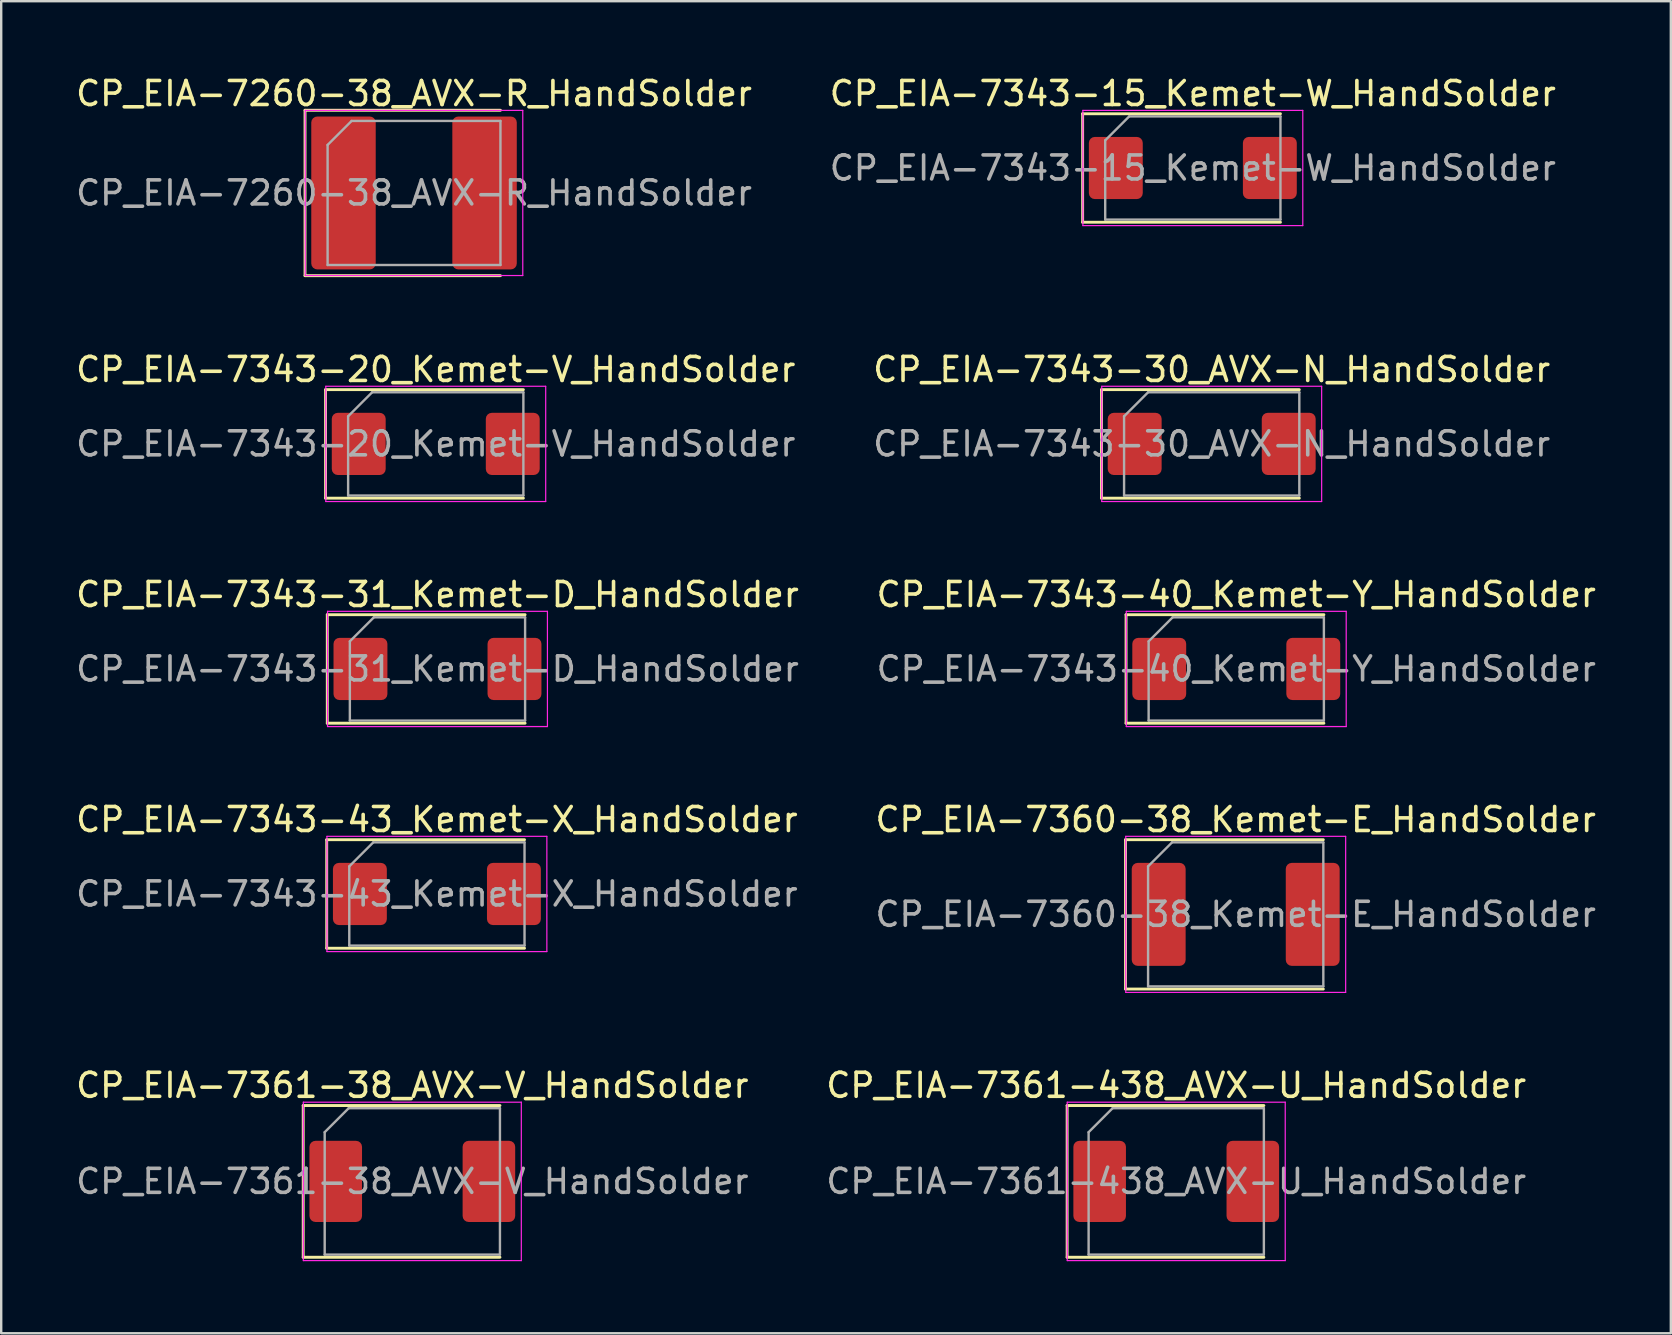
<source format=kicad_pcb>
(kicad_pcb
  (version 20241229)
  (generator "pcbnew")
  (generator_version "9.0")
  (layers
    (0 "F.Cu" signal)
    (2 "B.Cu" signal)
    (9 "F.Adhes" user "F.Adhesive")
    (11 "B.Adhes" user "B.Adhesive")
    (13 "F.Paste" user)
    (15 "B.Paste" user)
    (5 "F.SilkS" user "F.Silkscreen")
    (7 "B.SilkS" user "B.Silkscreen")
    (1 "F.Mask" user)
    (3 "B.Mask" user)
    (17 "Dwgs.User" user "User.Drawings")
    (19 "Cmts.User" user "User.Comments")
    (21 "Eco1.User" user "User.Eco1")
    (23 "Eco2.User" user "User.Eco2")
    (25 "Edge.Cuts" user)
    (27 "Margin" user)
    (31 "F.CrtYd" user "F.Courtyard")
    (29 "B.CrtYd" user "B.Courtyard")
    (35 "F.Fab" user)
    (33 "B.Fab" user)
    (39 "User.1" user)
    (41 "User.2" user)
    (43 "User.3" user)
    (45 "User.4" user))
  (footprint "CP_EIA-7343-40_Kemet-Y_HandSolder"
    (layer "F.Cu")
    (at 48.446 24.815)
    (property "Reference" "CP_EIA-7343-40_Kemet-Y_HandSolder" (at 0 -3.1 0) (layer "F.SilkS") (effects (font (size 1 1) (thickness 0.15))))
    (attr smd)
    (fp_line (start -4.59 -2.26) (end -4.59 2.26) (stroke (width 0.12) (type solid)) (layer "F.SilkS"))
    (fp_line (start -4.59 2.26) (end 3.65 2.26) (stroke (width 0.12) (type solid)) (layer "F.SilkS"))
    (fp_line (start 3.65 -2.26) (end -4.59 -2.26) (stroke (width 0.12) (type solid)) (layer "F.SilkS"))
    (fp_line (start -4.58 -2.4) (end 4.58 -2.4) (stroke (width 0.05) (type solid)) (layer "F.CrtYd"))
    (fp_line (start -4.58 2.4) (end -4.58 -2.4) (stroke (width 0.05) (type solid)) (layer "F.CrtYd"))
    (fp_line (start 4.58 -2.4) (end 4.58 2.4) (stroke (width 0.05) (type solid)) (layer "F.CrtYd"))
    (fp_line (start 4.58 2.4) (end -4.58 2.4) (stroke (width 0.05) (type solid)) (layer "F.CrtYd"))
    (fp_line (start -3.65 -1.15) (end -3.65 2.15) (stroke (width 0.1) (type solid)) (layer "F.Fab"))
    (fp_line (start -3.65 2.15) (end 3.65 2.15) (stroke (width 0.1) (type solid)) (layer "F.Fab"))
    (fp_line (start -2.65 -2.15) (end -3.65 -1.15) (stroke (width 0.1) (type solid)) (layer "F.Fab"))
    (fp_line (start 3.65 -2.15) (end -2.65 -2.15) (stroke (width 0.1) (type solid)) (layer "F.Fab"))
    (fp_line (start 3.65 2.15) (end 3.65 -2.15) (stroke (width 0.1) (type solid)) (layer "F.Fab"))
    (fp_text user "${REFERENCE}" (at 0 0 0) (layer "F.Fab") (effects (font (size 1 1) (thickness 0.15))))
    (pad "1" smd roundrect (at -3.208 0) (size 2.245 2.59) (layers "F.Cu" "F.Mask" "F.Paste") (roundrect_rratio 0.111))
    (pad "2" smd roundrect (at 3.208 0) (size 2.245 2.59) (layers "F.Cu" "F.Mask" "F.Paste") (roundrect_rratio 0.111)))
  (footprint "CP_EIA-7343-31_Kemet-D_HandSolder"
    (layer "F.Cu")
    (at 15.173 24.815)
    (property "Reference" "CP_EIA-7343-31_Kemet-D_HandSolder" (at 0 -3.1 0) (layer "F.SilkS") (effects (font (size 1 1) (thickness 0.15))))
    (attr smd)
    (fp_line (start -4.59 -2.26) (end -4.59 2.26) (stroke (width 0.12) (type solid)) (layer "F.SilkS"))
    (fp_line (start -4.59 2.26) (end 3.65 2.26) (stroke (width 0.12) (type solid)) (layer "F.SilkS"))
    (fp_line (start 3.65 -2.26) (end -4.59 -2.26) (stroke (width 0.12) (type solid)) (layer "F.SilkS"))
    (fp_line (start -4.58 -2.4) (end 4.58 -2.4) (stroke (width 0.05) (type solid)) (layer "F.CrtYd"))
    (fp_line (start -4.58 2.4) (end -4.58 -2.4) (stroke (width 0.05) (type solid)) (layer "F.CrtYd"))
    (fp_line (start 4.58 -2.4) (end 4.58 2.4) (stroke (width 0.05) (type solid)) (layer "F.CrtYd"))
    (fp_line (start 4.58 2.4) (end -4.58 2.4) (stroke (width 0.05) (type solid)) (layer "F.CrtYd"))
    (fp_line (start -3.65 -1.15) (end -3.65 2.15) (stroke (width 0.1) (type solid)) (layer "F.Fab"))
    (fp_line (start -3.65 2.15) (end 3.65 2.15) (stroke (width 0.1) (type solid)) (layer "F.Fab"))
    (fp_line (start -2.65 -2.15) (end -3.65 -1.15) (stroke (width 0.1) (type solid)) (layer "F.Fab"))
    (fp_line (start 3.65 -2.15) (end -2.65 -2.15) (stroke (width 0.1) (type solid)) (layer "F.Fab"))
    (fp_line (start 3.65 2.15) (end 3.65 -2.15) (stroke (width 0.1) (type solid)) (layer "F.Fab"))
    (fp_text user "${REFERENCE}" (at 0 0 0) (layer "F.Fab") (effects (font (size 1 1) (thickness 0.15))))
    (pad "1" smd roundrect (at -3.208 0) (size 2.245 2.59) (layers "F.Cu" "F.Mask" "F.Paste") (roundrect_rratio 0.111))
    (pad "2" smd roundrect (at 3.208 0) (size 2.245 2.59) (layers "F.Cu" "F.Mask" "F.Paste") (roundrect_rratio 0.111)))
  (footprint "CP_EIA-7343-15_Kemet-W_HandSolder"
    (layer "F.Cu")
    (at 46.637 3.948)
    (property "Reference" "CP_EIA-7343-15_Kemet-W_HandSolder" (at 0 -3.1 0) (layer "F.SilkS") (effects (font (size 1 1) (thickness 0.15))))
    (attr smd)
    (fp_line (start -4.59 -2.26) (end -4.59 2.26) (stroke (width 0.12) (type solid)) (layer "F.SilkS"))
    (fp_line (start -4.59 2.26) (end 3.65 2.26) (stroke (width 0.12) (type solid)) (layer "F.SilkS"))
    (fp_line (start 3.65 -2.26) (end -4.59 -2.26) (stroke (width 0.12) (type solid)) (layer "F.SilkS"))
    (fp_line (start -4.58 -2.4) (end 4.58 -2.4) (stroke (width 0.05) (type solid)) (layer "F.CrtYd"))
    (fp_line (start -4.58 2.4) (end -4.58 -2.4) (stroke (width 0.05) (type solid)) (layer "F.CrtYd"))
    (fp_line (start 4.58 -2.4) (end 4.58 2.4) (stroke (width 0.05) (type solid)) (layer "F.CrtYd"))
    (fp_line (start 4.58 2.4) (end -4.58 2.4) (stroke (width 0.05) (type solid)) (layer "F.CrtYd"))
    (fp_line (start -3.65 -1.15) (end -3.65 2.15) (stroke (width 0.1) (type solid)) (layer "F.Fab"))
    (fp_line (start -3.65 2.15) (end 3.65 2.15) (stroke (width 0.1) (type solid)) (layer "F.Fab"))
    (fp_line (start -2.65 -2.15) (end -3.65 -1.15) (stroke (width 0.1) (type solid)) (layer "F.Fab"))
    (fp_line (start 3.65 -2.15) (end -2.65 -2.15) (stroke (width 0.1) (type solid)) (layer "F.Fab"))
    (fp_line (start 3.65 2.15) (end 3.65 -2.15) (stroke (width 0.1) (type solid)) (layer "F.Fab"))
    (fp_text user "${REFERENCE}" (at 0 0 0) (layer "F.Fab") (effects (font (size 1 1) (thickness 0.15))))
    (pad "1" smd roundrect (at -3.208 0) (size 2.245 2.59) (layers "F.Cu" "F.Mask" "F.Paste") (roundrect_rratio 0.111))
    (pad "2" smd roundrect (at 3.208 0) (size 2.245 2.59) (layers "F.Cu" "F.Mask" "F.Paste") (roundrect_rratio 0.111)))
  (footprint "CP_EIA-7361-38_AVX-V_HandSolder"
    (layer "F.Cu")
    (at 14.125 46.161)
    (property "Reference" "CP_EIA-7361-38_AVX-V_HandSolder" (at 0 -4 0) (layer "F.SilkS") (effects (font (size 1 1) (thickness 0.15))))
    (attr smd)
    (fp_line (start -4.545 -3.16) (end -4.545 3.16) (stroke (width 0.12) (type solid)) (layer "F.SilkS"))
    (fp_line (start -4.545 3.16) (end 3.65 3.16) (stroke (width 0.12) (type solid)) (layer "F.SilkS"))
    (fp_line (start 3.65 -3.16) (end -4.545 -3.16) (stroke (width 0.12) (type solid)) (layer "F.SilkS"))
    (fp_line (start -4.54 -3.3) (end 4.54 -3.3) (stroke (width 0.05) (type solid)) (layer "F.CrtYd"))
    (fp_line (start -4.54 3.3) (end -4.54 -3.3) (stroke (width 0.05) (type solid)) (layer "F.CrtYd"))
    (fp_line (start 4.54 -3.3) (end 4.54 3.3) (stroke (width 0.05) (type solid)) (layer "F.CrtYd"))
    (fp_line (start 4.54 3.3) (end -4.54 3.3) (stroke (width 0.05) (type solid)) (layer "F.CrtYd"))
    (fp_line (start -3.65 -2.05) (end -3.65 3.05) (stroke (width 0.1) (type solid)) (layer "F.Fab"))
    (fp_line (start -3.65 3.05) (end 3.65 3.05) (stroke (width 0.1) (type solid)) (layer "F.Fab"))
    (fp_line (start -2.65 -3.05) (end -3.65 -2.05) (stroke (width 0.1) (type solid)) (layer "F.Fab"))
    (fp_line (start 3.65 -3.05) (end -2.65 -3.05) (stroke (width 0.1) (type solid)) (layer "F.Fab"))
    (fp_line (start 3.65 3.05) (end 3.65 -3.05) (stroke (width 0.1) (type solid)) (layer "F.Fab"))
    (fp_text user "${REFERENCE}" (at 0 0 0) (layer "F.Fab") (effects (font (size 1 1) (thickness 0.15))))
    (pad "1" smd roundrect (at -3.19 0) (size 2.19 3.38) (layers "F.Cu" "F.Mask" "F.Paste") (roundrect_rratio 0.114))
    (pad "2" smd roundrect (at 3.19 0) (size 2.19 3.38) (layers "F.Cu" "F.Mask" "F.Paste") (roundrect_rratio 0.114)))
  (footprint "CP_EIA-7343-30_AVX-N_HandSolder"
    (layer "F.Cu")
    (at 47.423 15.441)
    (property "Reference" "CP_EIA-7343-30_AVX-N_HandSolder" (at 0 -3.1 0) (layer "F.SilkS") (effects (font (size 1 1) (thickness 0.15))))
    (attr smd)
    (fp_line (start -4.59 -2.26) (end -4.59 2.26) (stroke (width 0.12) (type solid)) (layer "F.SilkS"))
    (fp_line (start -4.59 2.26) (end 3.65 2.26) (stroke (width 0.12) (type solid)) (layer "F.SilkS"))
    (fp_line (start 3.65 -2.26) (end -4.59 -2.26) (stroke (width 0.12) (type solid)) (layer "F.SilkS"))
    (fp_line (start -4.58 -2.4) (end 4.58 -2.4) (stroke (width 0.05) (type solid)) (layer "F.CrtYd"))
    (fp_line (start -4.58 2.4) (end -4.58 -2.4) (stroke (width 0.05) (type solid)) (layer "F.CrtYd"))
    (fp_line (start 4.58 -2.4) (end 4.58 2.4) (stroke (width 0.05) (type solid)) (layer "F.CrtYd"))
    (fp_line (start 4.58 2.4) (end -4.58 2.4) (stroke (width 0.05) (type solid)) (layer "F.CrtYd"))
    (fp_line (start -3.65 -1.15) (end -3.65 2.15) (stroke (width 0.1) (type solid)) (layer "F.Fab"))
    (fp_line (start -3.65 2.15) (end 3.65 2.15) (stroke (width 0.1) (type solid)) (layer "F.Fab"))
    (fp_line (start -2.65 -2.15) (end -3.65 -1.15) (stroke (width 0.1) (type solid)) (layer "F.Fab"))
    (fp_line (start 3.65 -2.15) (end -2.65 -2.15) (stroke (width 0.1) (type solid)) (layer "F.Fab"))
    (fp_line (start 3.65 2.15) (end 3.65 -2.15) (stroke (width 0.1) (type solid)) (layer "F.Fab"))
    (fp_text user "${REFERENCE}" (at 0 0 0) (layer "F.Fab") (effects (font (size 1 1) (thickness 0.15))))
    (pad "1" smd roundrect (at -3.208 0) (size 2.245 2.59) (layers "F.Cu" "F.Mask" "F.Paste") (roundrect_rratio 0.111))
    (pad "2" smd roundrect (at 3.208 0) (size 2.245 2.59) (layers "F.Cu" "F.Mask" "F.Paste") (roundrect_rratio 0.111)))
  (footprint "CP_EIA-7343-20_Kemet-V_HandSolder"
    (layer "F.Cu")
    (at 15.101 15.441)
    (property "Reference" "CP_EIA-7343-20_Kemet-V_HandSolder" (at 0 -3.1 0) (layer "F.SilkS") (effects (font (size 1 1) (thickness 0.15))))
    (attr smd)
    (fp_line (start -4.59 -2.26) (end -4.59 2.26) (stroke (width 0.12) (type solid)) (layer "F.SilkS"))
    (fp_line (start -4.59 2.26) (end 3.65 2.26) (stroke (width 0.12) (type solid)) (layer "F.SilkS"))
    (fp_line (start 3.65 -2.26) (end -4.59 -2.26) (stroke (width 0.12) (type solid)) (layer "F.SilkS"))
    (fp_line (start -4.58 -2.4) (end 4.58 -2.4) (stroke (width 0.05) (type solid)) (layer "F.CrtYd"))
    (fp_line (start -4.58 2.4) (end -4.58 -2.4) (stroke (width 0.05) (type solid)) (layer "F.CrtYd"))
    (fp_line (start 4.58 -2.4) (end 4.58 2.4) (stroke (width 0.05) (type solid)) (layer "F.CrtYd"))
    (fp_line (start 4.58 2.4) (end -4.58 2.4) (stroke (width 0.05) (type solid)) (layer "F.CrtYd"))
    (fp_line (start -3.65 -1.15) (end -3.65 2.15) (stroke (width 0.1) (type solid)) (layer "F.Fab"))
    (fp_line (start -3.65 2.15) (end 3.65 2.15) (stroke (width 0.1) (type solid)) (layer "F.Fab"))
    (fp_line (start -2.65 -2.15) (end -3.65 -1.15) (stroke (width 0.1) (type solid)) (layer "F.Fab"))
    (fp_line (start 3.65 -2.15) (end -2.65 -2.15) (stroke (width 0.1) (type solid)) (layer "F.Fab"))
    (fp_line (start 3.65 2.15) (end 3.65 -2.15) (stroke (width 0.1) (type solid)) (layer "F.Fab"))
    (fp_text user "${REFERENCE}" (at 0 0 0) (layer "F.Fab") (effects (font (size 1 1) (thickness 0.15))))
    (pad "1" smd roundrect (at -3.208 0) (size 2.245 2.59) (layers "F.Cu" "F.Mask" "F.Paste") (roundrect_rratio 0.111))
    (pad "2" smd roundrect (at 3.208 0) (size 2.245 2.59) (layers "F.Cu" "F.Mask" "F.Paste") (roundrect_rratio 0.111)))
  (footprint "CP_EIA-7343-43_Kemet-X_HandSolder"
    (layer "F.Cu")
    (at 15.149 34.188)
    (property "Reference" "CP_EIA-7343-43_Kemet-X_HandSolder" (at 0 -3.1 0) (layer "F.SilkS") (effects (font (size 1 1) (thickness 0.15))))
    (attr smd)
    (fp_line (start -4.59 -2.26) (end -4.59 2.26) (stroke (width 0.12) (type solid)) (layer "F.SilkS"))
    (fp_line (start -4.59 2.26) (end 3.65 2.26) (stroke (width 0.12) (type solid)) (layer "F.SilkS"))
    (fp_line (start 3.65 -2.26) (end -4.59 -2.26) (stroke (width 0.12) (type solid)) (layer "F.SilkS"))
    (fp_line (start -4.58 -2.4) (end 4.58 -2.4) (stroke (width 0.05) (type solid)) (layer "F.CrtYd"))
    (fp_line (start -4.58 2.4) (end -4.58 -2.4) (stroke (width 0.05) (type solid)) (layer "F.CrtYd"))
    (fp_line (start 4.58 -2.4) (end 4.58 2.4) (stroke (width 0.05) (type solid)) (layer "F.CrtYd"))
    (fp_line (start 4.58 2.4) (end -4.58 2.4) (stroke (width 0.05) (type solid)) (layer "F.CrtYd"))
    (fp_line (start -3.65 -1.15) (end -3.65 2.15) (stroke (width 0.1) (type solid)) (layer "F.Fab"))
    (fp_line (start -3.65 2.15) (end 3.65 2.15) (stroke (width 0.1) (type solid)) (layer "F.Fab"))
    (fp_line (start -2.65 -2.15) (end -3.65 -1.15) (stroke (width 0.1) (type solid)) (layer "F.Fab"))
    (fp_line (start 3.65 -2.15) (end -2.65 -2.15) (stroke (width 0.1) (type solid)) (layer "F.Fab"))
    (fp_line (start 3.65 2.15) (end 3.65 -2.15) (stroke (width 0.1) (type solid)) (layer "F.Fab"))
    (fp_text user "${REFERENCE}" (at 0 0 0) (layer "F.Fab") (effects (font (size 1 1) (thickness 0.15))))
    (pad "1" smd roundrect (at -3.208 0) (size 2.245 2.59) (layers "F.Cu" "F.Mask" "F.Paste") (roundrect_rratio 0.111))
    (pad "2" smd roundrect (at 3.208 0) (size 2.245 2.59) (layers "F.Cu" "F.Mask" "F.Paste") (roundrect_rratio 0.111)))
  (footprint "CP_EIA-7360-38_Kemet-E_HandSolder"
    (layer "F.Cu")
    (at 48.423 35.038)
    (property "Reference" "CP_EIA-7360-38_Kemet-E_HandSolder" (at 0 -3.95 0) (layer "F.SilkS") (effects (font (size 1 1) (thickness 0.15))))
    (attr smd)
    (fp_line (start -4.59 -3.11) (end -4.59 3.11) (stroke (width 0.12) (type solid)) (layer "F.SilkS"))
    (fp_line (start -4.59 3.11) (end 3.65 3.11) (stroke (width 0.12) (type solid)) (layer "F.SilkS"))
    (fp_line (start 3.65 -3.11) (end -4.59 -3.11) (stroke (width 0.12) (type solid)) (layer "F.SilkS"))
    (fp_line (start -4.58 -3.25) (end 4.58 -3.25) (stroke (width 0.05) (type solid)) (layer "F.CrtYd"))
    (fp_line (start -4.58 3.25) (end -4.58 -3.25) (stroke (width 0.05) (type solid)) (layer "F.CrtYd"))
    (fp_line (start 4.58 -3.25) (end 4.58 3.25) (stroke (width 0.05) (type solid)) (layer "F.CrtYd"))
    (fp_line (start 4.58 3.25) (end -4.58 3.25) (stroke (width 0.05) (type solid)) (layer "F.CrtYd"))
    (fp_line (start -3.65 -2) (end -3.65 3) (stroke (width 0.1) (type solid)) (layer "F.Fab"))
    (fp_line (start -3.65 3) (end 3.65 3) (stroke (width 0.1) (type solid)) (layer "F.Fab"))
    (fp_line (start -2.65 -3) (end -3.65 -2) (stroke (width 0.1) (type solid)) (layer "F.Fab"))
    (fp_line (start 3.65 -3) (end -2.65 -3) (stroke (width 0.1) (type solid)) (layer "F.Fab"))
    (fp_line (start 3.65 3) (end 3.65 -3) (stroke (width 0.1) (type solid)) (layer "F.Fab"))
    (fp_text user "${REFERENCE}" (at 0 0 0) (layer "F.Fab") (effects (font (size 1 1) (thickness 0.15))))
    (pad "1" smd roundrect (at -3.208 0) (size 2.245 4.29) (layers "F.Cu" "F.Mask" "F.Paste") (roundrect_rratio 0.111))
    (pad "2" smd roundrect (at 3.208 0) (size 2.245 4.29) (layers "F.Cu" "F.Mask" "F.Paste") (roundrect_rratio 0.111)))
  (footprint "CP_EIA-7260-38_AVX-R_HandSolder"
    (layer "F.Cu")
    (at 14.196 4.988)
    (property "Reference" "CP_EIA-7260-38_AVX-R_HandSolder" (at 0 -4.14 0) (layer "F.SilkS") (effects (font (size 1 1) (thickness 0.15))))
    (attr smd)
    (fp_line (start -4.54 -3.445) (end -4.54 3.445) (stroke (width 0.12) (type solid)) (layer "F.SilkS"))
    (fp_line (start -4.54 3.445) (end 3.6 3.445) (stroke (width 0.12) (type solid)) (layer "F.SilkS"))
    (fp_line (start 3.6 -3.445) (end -4.54 -3.445) (stroke (width 0.12) (type solid)) (layer "F.SilkS"))
    (fp_line (start -4.53 -3.44) (end 4.53 -3.44) (stroke (width 0.05) (type solid)) (layer "F.CrtYd"))
    (fp_line (start -4.53 3.44) (end -4.53 -3.44) (stroke (width 0.05) (type solid)) (layer "F.CrtYd"))
    (fp_line (start 4.53 -3.44) (end 4.53 3.44) (stroke (width 0.05) (type solid)) (layer "F.CrtYd"))
    (fp_line (start 4.53 3.44) (end -4.53 3.44) (stroke (width 0.05) (type solid)) (layer "F.CrtYd"))
    (fp_line (start -3.6 -2) (end -3.6 3) (stroke (width 0.1) (type solid)) (layer "F.Fab"))
    (fp_line (start -3.6 3) (end 3.6 3) (stroke (width 0.1) (type solid)) (layer "F.Fab"))
    (fp_line (start -2.6 -3) (end -3.6 -2) (stroke (width 0.1) (type solid)) (layer "F.Fab"))
    (fp_line (start 3.6 -3) (end -2.6 -3) (stroke (width 0.1) (type solid)) (layer "F.Fab"))
    (fp_line (start 3.6 3) (end 3.6 -3) (stroke (width 0.1) (type solid)) (layer "F.Fab"))
    (fp_text user "${REFERENCE}" (at 0 0 0) (layer "F.Fab") (effects (font (size 1 1) (thickness 0.15))))
    (pad "1" smd roundrect (at -2.938 0) (size 2.685 6.37) (layers "F.Cu" "F.Mask" "F.Paste") (roundrect_rratio 0.093))
    (pad "2" smd roundrect (at 2.938 0) (size 2.685 6.37) (layers "F.Cu" "F.Mask" "F.Paste") (roundrect_rratio 0.093)))
  (footprint "CP_EIA-7361-438_AVX-U_HandSolder"
    (layer "F.Cu")
    (at 45.946 46.161)
    (property "Reference" "CP_EIA-7361-438_AVX-U_HandSolder" (at 0 -4 0) (layer "F.SilkS") (effects (font (size 1 1) (thickness 0.15))))
    (attr smd)
    (fp_line (start -4.545 -3.16) (end -4.545 3.16) (stroke (width 0.12) (type solid)) (layer "F.SilkS"))
    (fp_line (start -4.545 3.16) (end 3.65 3.16) (stroke (width 0.12) (type solid)) (layer "F.SilkS"))
    (fp_line (start 3.65 -3.16) (end -4.545 -3.16) (stroke (width 0.12) (type solid)) (layer "F.SilkS"))
    (fp_line (start -4.54 -3.3) (end 4.54 -3.3) (stroke (width 0.05) (type solid)) (layer "F.CrtYd"))
    (fp_line (start -4.54 3.3) (end -4.54 -3.3) (stroke (width 0.05) (type solid)) (layer "F.CrtYd"))
    (fp_line (start 4.54 -3.3) (end 4.54 3.3) (stroke (width 0.05) (type solid)) (layer "F.CrtYd"))
    (fp_line (start 4.54 3.3) (end -4.54 3.3) (stroke (width 0.05) (type solid)) (layer "F.CrtYd"))
    (fp_line (start -3.65 -2.05) (end -3.65 3.05) (stroke (width 0.1) (type solid)) (layer "F.Fab"))
    (fp_line (start -3.65 3.05) (end 3.65 3.05) (stroke (width 0.1) (type solid)) (layer "F.Fab"))
    (fp_line (start -2.65 -3.05) (end -3.65 -2.05) (stroke (width 0.1) (type solid)) (layer "F.Fab"))
    (fp_line (start 3.65 -3.05) (end -2.65 -3.05) (stroke (width 0.1) (type solid)) (layer "F.Fab"))
    (fp_line (start 3.65 3.05) (end 3.65 -3.05) (stroke (width 0.1) (type solid)) (layer "F.Fab"))
    (fp_text user "${REFERENCE}" (at 0 0 0) (layer "F.Fab") (effects (font (size 1 1) (thickness 0.15))))
    (pad "1" smd roundrect (at -3.19 0) (size 2.19 3.38) (layers "F.Cu" "F.Mask" "F.Paste") (roundrect_rratio 0.114))
    (pad "2" smd roundrect (at 3.19 0) (size 2.19 3.38) (layers "F.Cu" "F.Mask" "F.Paste") (roundrect_rratio 0.114)))
  (gr_rect
    (start -3 -3)
    (end 66.548 52.486)
    (stroke (width 0.1) (type default))
    (fill no)
    (layer "Edge.Cuts")))
</source>
